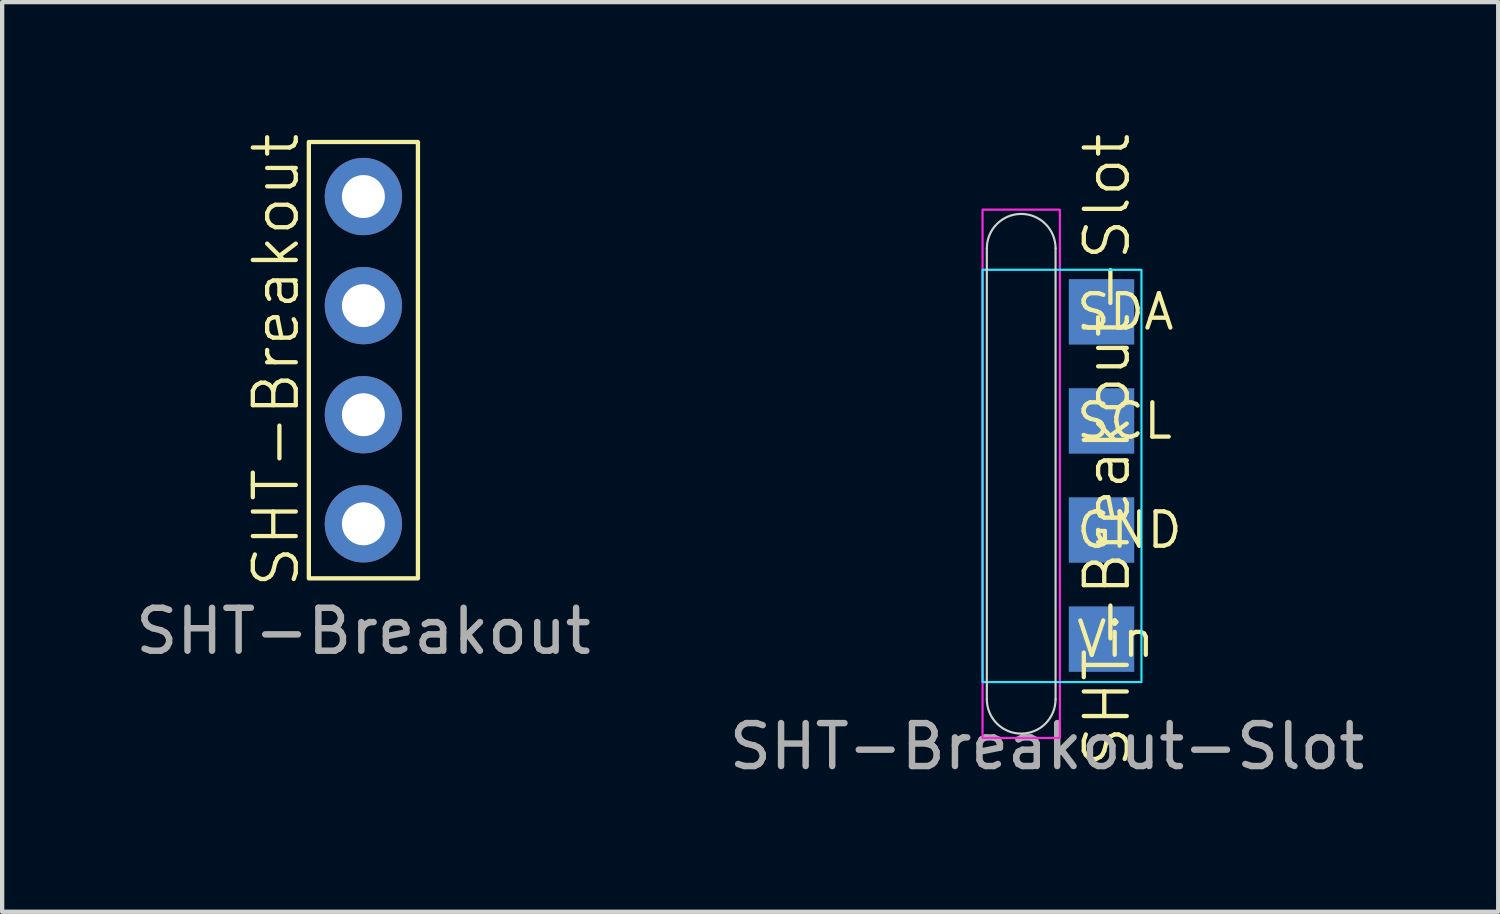
<source format=kicad_pcb>
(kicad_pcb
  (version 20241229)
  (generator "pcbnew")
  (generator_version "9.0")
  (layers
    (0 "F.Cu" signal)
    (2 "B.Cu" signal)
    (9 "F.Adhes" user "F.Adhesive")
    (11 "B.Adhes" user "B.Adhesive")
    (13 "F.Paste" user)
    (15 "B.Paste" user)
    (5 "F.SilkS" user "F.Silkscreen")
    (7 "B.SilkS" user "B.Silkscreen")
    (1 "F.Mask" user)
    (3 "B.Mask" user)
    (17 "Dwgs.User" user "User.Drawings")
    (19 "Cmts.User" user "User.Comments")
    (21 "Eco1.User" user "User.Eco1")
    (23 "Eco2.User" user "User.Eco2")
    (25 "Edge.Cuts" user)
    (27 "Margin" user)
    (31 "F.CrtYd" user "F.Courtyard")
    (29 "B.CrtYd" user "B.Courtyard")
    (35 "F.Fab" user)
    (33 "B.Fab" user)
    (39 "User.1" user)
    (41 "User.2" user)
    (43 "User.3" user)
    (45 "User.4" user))
  (footprint "SHT-Breakout"
    (layer "F.Cu")
    (at 5.411 9.146)
    (property "Reference" "SHT-Breakout" (at -2.032 -3.81 90) (unlocked yes) (layer "F.SilkS") (effects (font (size 1 1) (thickness 0.1))))
    (attr through_hole)
    (fp_rect (start -1.27 -8.89) (end 1.27 1.27) (stroke (width 0.1) (type default)) (fill no) (layer "F.SilkS"))
    (fp_text user "${REFERENCE}" (at 0 2.5 0) (unlocked yes) (layer "F.Fab") (effects (font (size 1 1) (thickness 0.15))))
    (pad "1" thru_hole circle (at 0 0) (size 1.8 1.8) (drill 1) (layers "*.Cu" "*.Mask"))
    (pad "2" thru_hole circle (at 0 -2.54) (size 1.8 1.8) (drill 1) (layers "*.Cu" "*.Mask"))
    (pad "3" thru_hole circle (at 0 -5.08) (size 1.8 1.8) (drill 1) (layers "*.Cu" "*.Mask"))
    (pad "4" thru_hole circle (at 0 -7.62) (size 1.8 1.8) (drill 1) (layers "*.Cu" "*.Mask")))
  (footprint "SHT-Breakout-Slot"
    (layer "F.Cu")
    (at 21.327 11.831)
    (property "Reference" "SHT-Breakout-Slot" (at 1.4 -4.4 90) (unlocked yes) (layer "F.SilkS") (effects (font (size 1 1) (thickness 0.1))))
    (attr through_hole)
    (fp_line (start -1.4 -9.1) (end -1.4 1.4) (stroke (width 0.05) (type default)) (layer "Edge.Cuts"))
    (fp_line (start 0.2 -9.1) (end 0.2 1.4) (stroke (width 0.05) (type default)) (layer "Edge.Cuts"))
    (fp_arc (start -1.4 -9.1) (mid -0.6 -9.9) (end 0.2 -9.1) (stroke (width 0.05) (type default)) (layer "Edge.Cuts"))
    (fp_arc (start 0.2 1.4) (mid -0.6 2.2) (end -1.4 1.4) (stroke (width 0.05) (type default)) (layer "Edge.Cuts"))
    (fp_rect (start -1.5 -8.6) (end 2.2 1) (stroke (width 0.05) (type default)) (fill no) (layer "B.CrtYd"))
    (fp_rect (start -1.5 -10) (end 0.3 2.3) (stroke (width 0.05) (type default)) (fill no) (layer "F.CrtYd"))
    (fp_text user "SCL" (at 0.635 -5.08 0) (unlocked yes) (layer "F.SilkS") (effects (font (size 0.8 0.8) (thickness 0.1)) (justify left)))
    (fp_text user "Vin" (at 0.635 0 0) (unlocked yes) (layer "F.SilkS") (effects (font (size 0.8 0.8) (thickness 0.1)) (justify left)))
    (fp_text user "SDA" (at 0.635 -7.62 0) (unlocked yes) (layer "F.SilkS") (effects (font (size 0.8 0.8) (thickness 0.1)) (justify left)))
    (fp_text user "GND" (at 0.635 -2.54 0) (unlocked yes) (layer "F.SilkS") (effects (font (size 0.8 0.8) (thickness 0.1)) (justify left)))
    (fp_text user "${REFERENCE}" (at 0 2.5 0) (unlocked yes) (layer "F.Fab") (effects (font (size 1 1) (thickness 0.15))))
    (pad "1" smd rect (at 1.27 0) (size 1.524 1.524) (layers "B.Cu" "B.Mask" "B.Paste"))
    (pad "2" smd rect (at 1.27 -2.54) (size 1.524 1.524) (layers "B.Cu" "B.Mask" "B.Paste"))
    (pad "3" smd rect (at 1.27 -5.08) (size 1.524 1.524) (layers "B.Cu" "B.Mask" "B.Paste"))
    (pad "4" smd rect (at 1.27 -7.62) (size 1.524 1.524) (layers "B.Cu" "B.Mask" "B.Paste")))
  (gr_rect
    (start -3 -3)
    (end 31.833 18.179)
    (stroke (width 0.1) (type default))
    (fill no)
    (layer "Edge.Cuts")))
</source>
